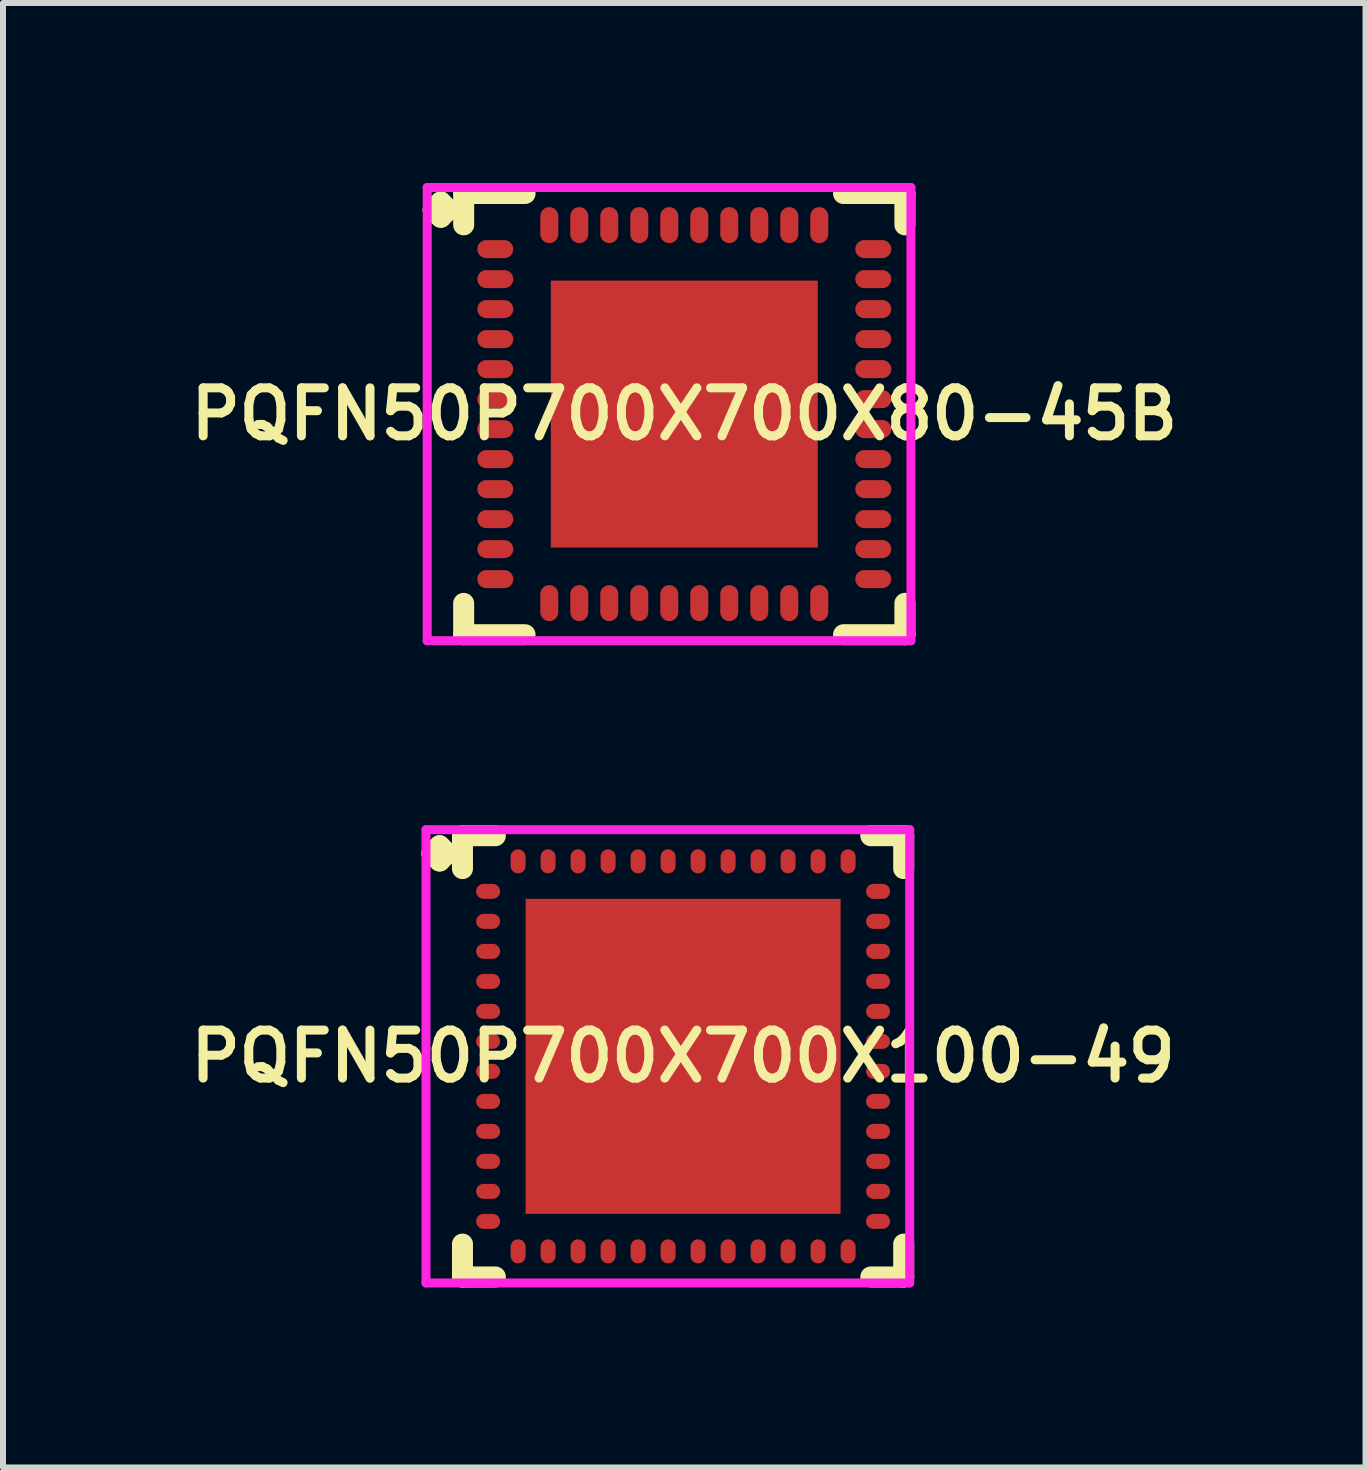
<source format=kicad_pcb>
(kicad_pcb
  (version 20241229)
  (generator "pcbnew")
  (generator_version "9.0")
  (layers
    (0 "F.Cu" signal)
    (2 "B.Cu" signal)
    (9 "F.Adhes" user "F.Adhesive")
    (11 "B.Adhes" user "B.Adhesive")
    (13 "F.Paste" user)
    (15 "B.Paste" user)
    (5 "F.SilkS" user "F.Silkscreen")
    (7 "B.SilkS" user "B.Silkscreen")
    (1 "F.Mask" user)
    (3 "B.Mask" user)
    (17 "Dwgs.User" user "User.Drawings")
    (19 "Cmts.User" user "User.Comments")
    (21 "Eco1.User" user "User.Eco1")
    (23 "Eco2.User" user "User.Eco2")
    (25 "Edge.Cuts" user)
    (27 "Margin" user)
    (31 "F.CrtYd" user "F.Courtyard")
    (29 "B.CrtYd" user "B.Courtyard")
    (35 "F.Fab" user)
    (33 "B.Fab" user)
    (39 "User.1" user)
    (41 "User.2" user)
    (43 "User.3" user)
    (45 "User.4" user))
  (footprint "PQFN50P700X700X80-45B"
    (layer "F.Cu")
    (at 8.355 3.852)
    (property "Reference" "PQFN50P700X700X80-45B" (at 0 0 0) (layer "F.SilkS") (effects (font (size 0.8 0.8) (thickness 0.15))))
    (attr through_hole)
    (fp_line (start -4.185 -3.408) (end -4.058 -3.535) (stroke (width 0.35) (type solid)) (layer "F.SilkS"))
    (fp_line (start -4.058 -3.535) (end -3.931 -3.408) (stroke (width 0.35) (type solid)) (layer "F.SilkS"))
    (fp_line (start -4.058 -3.281) (end -4.185 -3.408) (stroke (width 0.35) (type solid)) (layer "F.SilkS"))
    (fp_line (start -3.931 -3.408) (end -4.058 -3.281) (stroke (width 0.35) (type solid)) (layer "F.SilkS"))
    (fp_line (start -3.677 -3.677) (end -2.654 -3.677) (stroke (width 0.35) (type solid)) (layer "F.SilkS"))
    (fp_line (start -3.677 -3.154) (end -3.677 -3.677) (stroke (width 0.35) (type solid)) (layer "F.SilkS"))
    (fp_line (start -3.677 3.154) (end -3.677 3.677) (stroke (width 0.35) (type solid)) (layer "F.SilkS"))
    (fp_line (start -3.677 3.677) (end -2.654 3.677) (stroke (width 0.35) (type solid)) (layer "F.SilkS"))
    (fp_line (start 2.654 -3.677) (end 3.677 -3.677) (stroke (width 0.35) (type solid)) (layer "F.SilkS"))
    (fp_line (start 2.654 3.677) (end 3.677 3.677) (stroke (width 0.35) (type solid)) (layer "F.SilkS"))
    (fp_line (start 3.677 -3.677) (end 3.677 -3.154) (stroke (width 0.35) (type solid)) (layer "F.SilkS"))
    (fp_line (start 3.677 3.677) (end 3.677 3.154) (stroke (width 0.35) (type solid)) (layer "F.SilkS"))
    (fp_line (start -4.285 -3.777) (end 3.777 -3.777) (stroke (width 0.15) (type solid)) (layer "F.CrtYd"))
    (fp_line (start -4.285 3.777) (end -4.285 -3.777) (stroke (width 0.15) (type solid)) (layer "F.CrtYd"))
    (fp_line (start 3.777 -3.777) (end 3.777 3.777) (stroke (width 0.15) (type solid)) (layer "F.CrtYd"))
    (fp_line (start 3.777 3.777) (end -4.285 3.777) (stroke (width 0.15) (type solid)) (layer "F.CrtYd"))
    (pad "1" smd oval (at -3.15 -2.75) (size 0.6 0.3) (layers "F.Cu" "F.Mask" "F.Paste"))
    (pad "2" smd oval (at -3.15 -2.25) (size 0.6 0.3) (layers "F.Cu" "F.Mask" "F.Paste"))
    (pad "3" smd oval (at -3.15 -1.75) (size 0.6 0.3) (layers "F.Cu" "F.Mask" "F.Paste"))
    (pad "4" smd oval (at -3.15 -1.25) (size 0.6 0.3) (layers "F.Cu" "F.Mask" "F.Paste"))
    (pad "5" smd oval (at -3.15 -0.75) (size 0.6 0.3) (layers "F.Cu" "F.Mask" "F.Paste"))
    (pad "6" smd oval (at -3.15 -0.25) (size 0.6 0.3) (layers "F.Cu" "F.Mask" "F.Paste"))
    (pad "7" smd oval (at -3.15 0.25) (size 0.6 0.3) (layers "F.Cu" "F.Mask" "F.Paste"))
    (pad "8" smd oval (at -3.15 0.75) (size 0.6 0.3) (layers "F.Cu" "F.Mask" "F.Paste"))
    (pad "9" smd oval (at -3.15 1.25) (size 0.6 0.3) (layers "F.Cu" "F.Mask" "F.Paste"))
    (pad "10" smd oval (at -3.15 1.75) (size 0.6 0.3) (layers "F.Cu" "F.Mask" "F.Paste"))
    (pad "11" smd oval (at -3.15 2.25) (size 0.6 0.3) (layers "F.Cu" "F.Mask" "F.Paste"))
    (pad "12" smd oval (at -3.15 2.75) (size 0.6 0.3) (layers "F.Cu" "F.Mask" "F.Paste"))
    (pad "13" smd oval (at -2.25 3.15) (size 0.3 0.6) (layers "F.Cu" "F.Mask" "F.Paste"))
    (pad "14" smd oval (at -1.75 3.15) (size 0.3 0.6) (layers "F.Cu" "F.Mask" "F.Paste"))
    (pad "15" smd oval (at -1.25 3.15) (size 0.3 0.6) (layers "F.Cu" "F.Mask" "F.Paste"))
    (pad "16" smd oval (at -0.75 3.15) (size 0.3 0.6) (layers "F.Cu" "F.Mask" "F.Paste"))
    (pad "17" smd oval (at -0.25 3.15) (size 0.3 0.6) (layers "F.Cu" "F.Mask" "F.Paste"))
    (pad "18" smd oval (at 0.25 3.15) (size 0.3 0.6) (layers "F.Cu" "F.Mask" "F.Paste"))
    (pad "19" smd oval (at 0.75 3.15) (size 0.3 0.6) (layers "F.Cu" "F.Mask" "F.Paste"))
    (pad "20" smd oval (at 1.25 3.15) (size 0.3 0.6) (layers "F.Cu" "F.Mask" "F.Paste"))
    (pad "21" smd oval (at 1.75 3.15) (size 0.3 0.6) (layers "F.Cu" "F.Mask" "F.Paste"))
    (pad "22" smd oval (at 2.25 3.15) (size 0.3 0.6) (layers "F.Cu" "F.Mask" "F.Paste"))
    (pad "23" smd oval (at 3.15 2.75) (size 0.6 0.3) (layers "F.Cu" "F.Mask" "F.Paste"))
    (pad "24" smd oval (at 3.15 2.25) (size 0.6 0.3) (layers "F.Cu" "F.Mask" "F.Paste"))
    (pad "25" smd oval (at 3.15 1.75) (size 0.6 0.3) (layers "F.Cu" "F.Mask" "F.Paste"))
    (pad "26" smd oval (at 3.15 1.25) (size 0.6 0.3) (layers "F.Cu" "F.Mask" "F.Paste"))
    (pad "27" smd oval (at 3.15 0.75) (size 0.6 0.3) (layers "F.Cu" "F.Mask" "F.Paste"))
    (pad "28" smd oval (at 3.15 0.25) (size 0.6 0.3) (layers "F.Cu" "F.Mask" "F.Paste"))
    (pad "29" smd oval (at 3.15 -0.25) (size 0.6 0.3) (layers "F.Cu" "F.Mask" "F.Paste"))
    (pad "30" smd oval (at 3.15 -0.75) (size 0.6 0.3) (layers "F.Cu" "F.Mask" "F.Paste"))
    (pad "31" smd oval (at 3.15 -1.25) (size 0.6 0.3) (layers "F.Cu" "F.Mask" "F.Paste"))
    (pad "32" smd oval (at 3.15 -1.75) (size 0.6 0.3) (layers "F.Cu" "F.Mask" "F.Paste"))
    (pad "33" smd oval (at 3.15 -2.25) (size 0.6 0.3) (layers "F.Cu" "F.Mask" "F.Paste"))
    (pad "34" smd oval (at 3.15 -2.75) (size 0.6 0.3) (layers "F.Cu" "F.Mask" "F.Paste"))
    (pad "35" smd oval (at 2.25 -3.15) (size 0.3 0.6) (layers "F.Cu" "F.Mask" "F.Paste"))
    (pad "36" smd oval (at 1.75 -3.15) (size 0.3 0.6) (layers "F.Cu" "F.Mask" "F.Paste"))
    (pad "37" smd oval (at 1.25 -3.15) (size 0.3 0.6) (layers "F.Cu" "F.Mask" "F.Paste"))
    (pad "38" smd oval (at 0.75 -3.15) (size 0.3 0.6) (layers "F.Cu" "F.Mask" "F.Paste"))
    (pad "39" smd oval (at 0.25 -3.15) (size 0.3 0.6) (layers "F.Cu" "F.Mask" "F.Paste"))
    (pad "40" smd oval (at -0.25 -3.15) (size 0.3 0.6) (layers "F.Cu" "F.Mask" "F.Paste"))
    (pad "41" smd oval (at -0.75 -3.15) (size 0.3 0.6) (layers "F.Cu" "F.Mask" "F.Paste"))
    (pad "42" smd oval (at -1.25 -3.15) (size 0.3 0.6) (layers "F.Cu" "F.Mask" "F.Paste"))
    (pad "43" smd oval (at -1.75 -3.15) (size 0.3 0.6) (layers "F.Cu" "F.Mask" "F.Paste"))
    (pad "44" smd oval (at -2.25 -3.15) (size 0.3 0.6) (layers "F.Cu" "F.Mask" "F.Paste"))
    (pad "45" smd rect (at 0 0) (size 4.45 4.45) (layers "F.Cu" "F.Mask" "F.Paste")))
  (footprint "PQFN50P700X700X100-49"
    (layer "F.Cu")
    (at 8.335 14.556)
    (property "Reference" "PQFN50P700X700X100-49" (at 0 0 0) (layer "F.SilkS") (effects (font (size 0.8 0.8) (thickness 0.15))))
    (attr through_hole)
    (fp_line (start -4.185 -3.383) (end -4.058 -3.51) (stroke (width 0.35) (type solid)) (layer "F.SilkS"))
    (fp_line (start -4.058 -3.51) (end -3.931 -3.383) (stroke (width 0.35) (type solid)) (layer "F.SilkS"))
    (fp_line (start -4.058 -3.256) (end -4.185 -3.383) (stroke (width 0.35) (type solid)) (layer "F.SilkS"))
    (fp_line (start -3.931 -3.383) (end -4.058 -3.256) (stroke (width 0.35) (type solid)) (layer "F.SilkS"))
    (fp_line (start -3.677 -3.677) (end -3.129 -3.677) (stroke (width 0.35) (type solid)) (layer "F.SilkS"))
    (fp_line (start -3.677 -3.129) (end -3.677 -3.677) (stroke (width 0.35) (type solid)) (layer "F.SilkS"))
    (fp_line (start -3.677 3.129) (end -3.677 3.677) (stroke (width 0.35) (type solid)) (layer "F.SilkS"))
    (fp_line (start -3.677 3.677) (end -3.129 3.677) (stroke (width 0.35) (type solid)) (layer "F.SilkS"))
    (fp_line (start 3.129 -3.677) (end 3.677 -3.677) (stroke (width 0.35) (type solid)) (layer "F.SilkS"))
    (fp_line (start 3.129 3.677) (end 3.677 3.677) (stroke (width 0.35) (type solid)) (layer "F.SilkS"))
    (fp_line (start 3.677 -3.677) (end 3.677 -3.129) (stroke (width 0.35) (type solid)) (layer "F.SilkS"))
    (fp_line (start 3.677 3.677) (end 3.677 3.129) (stroke (width 0.35) (type solid)) (layer "F.SilkS"))
    (fp_line (start -4.285 -3.777) (end 3.777 -3.777) (stroke (width 0.15) (type solid)) (layer "F.CrtYd"))
    (fp_line (start -4.285 3.777) (end -4.285 -3.777) (stroke (width 0.15) (type solid)) (layer "F.CrtYd"))
    (fp_line (start 3.777 -3.777) (end 3.777 3.777) (stroke (width 0.15) (type solid)) (layer "F.CrtYd"))
    (fp_line (start 3.777 3.777) (end -4.285 3.777) (stroke (width 0.15) (type solid)) (layer "F.CrtYd"))
    (pad "1" smd oval (at -3.25 -2.75) (size 0.4 0.25) (layers "F.Cu" "F.Mask" "F.Paste"))
    (pad "2" smd oval (at -3.25 -2.25) (size 0.4 0.25) (layers "F.Cu" "F.Mask" "F.Paste"))
    (pad "3" smd oval (at -3.25 -1.75) (size 0.4 0.25) (layers "F.Cu" "F.Mask" "F.Paste"))
    (pad "4" smd oval (at -3.25 -1.25) (size 0.4 0.25) (layers "F.Cu" "F.Mask" "F.Paste"))
    (pad "5" smd oval (at -3.25 -0.75) (size 0.4 0.25) (layers "F.Cu" "F.Mask" "F.Paste"))
    (pad "6" smd oval (at -3.25 -0.25) (size 0.4 0.25) (layers "F.Cu" "F.Mask" "F.Paste"))
    (pad "7" smd oval (at -3.25 0.25) (size 0.4 0.25) (layers "F.Cu" "F.Mask" "F.Paste"))
    (pad "8" smd oval (at -3.25 0.75) (size 0.4 0.25) (layers "F.Cu" "F.Mask" "F.Paste"))
    (pad "9" smd oval (at -3.25 1.25) (size 0.4 0.25) (layers "F.Cu" "F.Mask" "F.Paste"))
    (pad "10" smd oval (at -3.25 1.75) (size 0.4 0.25) (layers "F.Cu" "F.Mask" "F.Paste"))
    (pad "11" smd oval (at -3.25 2.25) (size 0.4 0.25) (layers "F.Cu" "F.Mask" "F.Paste"))
    (pad "12" smd oval (at -3.25 2.75) (size 0.4 0.25) (layers "F.Cu" "F.Mask" "F.Paste"))
    (pad "13" smd oval (at -2.75 3.25) (size 0.25 0.4) (layers "F.Cu" "F.Mask" "F.Paste"))
    (pad "14" smd oval (at -2.25 3.25) (size 0.25 0.4) (layers "F.Cu" "F.Mask" "F.Paste"))
    (pad "15" smd oval (at -1.75 3.25) (size 0.25 0.4) (layers "F.Cu" "F.Mask" "F.Paste"))
    (pad "16" smd oval (at -1.25 3.25) (size 0.25 0.4) (layers "F.Cu" "F.Mask" "F.Paste"))
    (pad "17" smd oval (at -0.75 3.25) (size 0.25 0.4) (layers "F.Cu" "F.Mask" "F.Paste"))
    (pad "18" smd oval (at -0.25 3.25) (size 0.25 0.4) (layers "F.Cu" "F.Mask" "F.Paste"))
    (pad "19" smd oval (at 0.25 3.25) (size 0.25 0.4) (layers "F.Cu" "F.Mask" "F.Paste"))
    (pad "20" smd oval (at 0.75 3.25) (size 0.25 0.4) (layers "F.Cu" "F.Mask" "F.Paste"))
    (pad "21" smd oval (at 1.25 3.25) (size 0.25 0.4) (layers "F.Cu" "F.Mask" "F.Paste"))
    (pad "22" smd oval (at 1.75 3.25) (size 0.25 0.4) (layers "F.Cu" "F.Mask" "F.Paste"))
    (pad "23" smd oval (at 2.25 3.25) (size 0.25 0.4) (layers "F.Cu" "F.Mask" "F.Paste"))
    (pad "24" smd oval (at 2.75 3.25) (size 0.25 0.4) (layers "F.Cu" "F.Mask" "F.Paste"))
    (pad "25" smd oval (at 3.25 2.75) (size 0.4 0.25) (layers "F.Cu" "F.Mask" "F.Paste"))
    (pad "26" smd oval (at 3.25 2.25) (size 0.4 0.25) (layers "F.Cu" "F.Mask" "F.Paste"))
    (pad "27" smd oval (at 3.25 1.75) (size 0.4 0.25) (layers "F.Cu" "F.Mask" "F.Paste"))
    (pad "28" smd oval (at 3.25 1.25) (size 0.4 0.25) (layers "F.Cu" "F.Mask" "F.Paste"))
    (pad "29" smd oval (at 3.25 0.75) (size 0.4 0.25) (layers "F.Cu" "F.Mask" "F.Paste"))
    (pad "30" smd oval (at 3.25 0.25) (size 0.4 0.25) (layers "F.Cu" "F.Mask" "F.Paste"))
    (pad "31" smd oval (at 3.25 -0.25) (size 0.4 0.25) (layers "F.Cu" "F.Mask" "F.Paste"))
    (pad "32" smd oval (at 3.25 -0.75) (size 0.4 0.25) (layers "F.Cu" "F.Mask" "F.Paste"))
    (pad "33" smd oval (at 3.25 -1.25) (size 0.4 0.25) (layers "F.Cu" "F.Mask" "F.Paste"))
    (pad "34" smd oval (at 3.25 -1.75) (size 0.4 0.25) (layers "F.Cu" "F.Mask" "F.Paste"))
    (pad "35" smd oval (at 3.25 -2.25) (size 0.4 0.25) (layers "F.Cu" "F.Mask" "F.Paste"))
    (pad "36" smd oval (at 3.25 -2.75) (size 0.4 0.25) (layers "F.Cu" "F.Mask" "F.Paste"))
    (pad "37" smd oval (at 2.75 -3.25) (size 0.25 0.4) (layers "F.Cu" "F.Mask" "F.Paste"))
    (pad "38" smd oval (at 2.25 -3.25) (size 0.25 0.4) (layers "F.Cu" "F.Mask" "F.Paste"))
    (pad "39" smd oval (at 1.75 -3.25) (size 0.25 0.4) (layers "F.Cu" "F.Mask" "F.Paste"))
    (pad "40" smd oval (at 1.25 -3.25) (size 0.25 0.4) (layers "F.Cu" "F.Mask" "F.Paste"))
    (pad "41" smd oval (at 0.75 -3.25) (size 0.25 0.4) (layers "F.Cu" "F.Mask" "F.Paste"))
    (pad "42" smd oval (at 0.25 -3.25) (size 0.25 0.4) (layers "F.Cu" "F.Mask" "F.Paste"))
    (pad "43" smd oval (at -0.25 -3.25) (size 0.25 0.4) (layers "F.Cu" "F.Mask" "F.Paste"))
    (pad "44" smd oval (at -0.75 -3.25) (size 0.25 0.4) (layers "F.Cu" "F.Mask" "F.Paste"))
    (pad "45" smd oval (at -1.25 -3.25) (size 0.25 0.4) (layers "F.Cu" "F.Mask" "F.Paste"))
    (pad "46" smd oval (at -1.75 -3.25) (size 0.25 0.4) (layers "F.Cu" "F.Mask" "F.Paste"))
    (pad "47" smd oval (at -2.25 -3.25) (size 0.25 0.4) (layers "F.Cu" "F.Mask" "F.Paste"))
    (pad "48" smd oval (at -2.75 -3.25) (size 0.25 0.4) (layers "F.Cu" "F.Mask" "F.Paste"))
    (pad "49" smd rect (at 0 0) (size 5.25 5.25) (layers "F.Cu" "F.Mask" "F.Paste")))
  (gr_rect
    (start -3 -3)
    (end 19.709 21.408)
    (stroke (width 0.1) (type default))
    (fill no)
    (layer "Edge.Cuts")))
</source>
